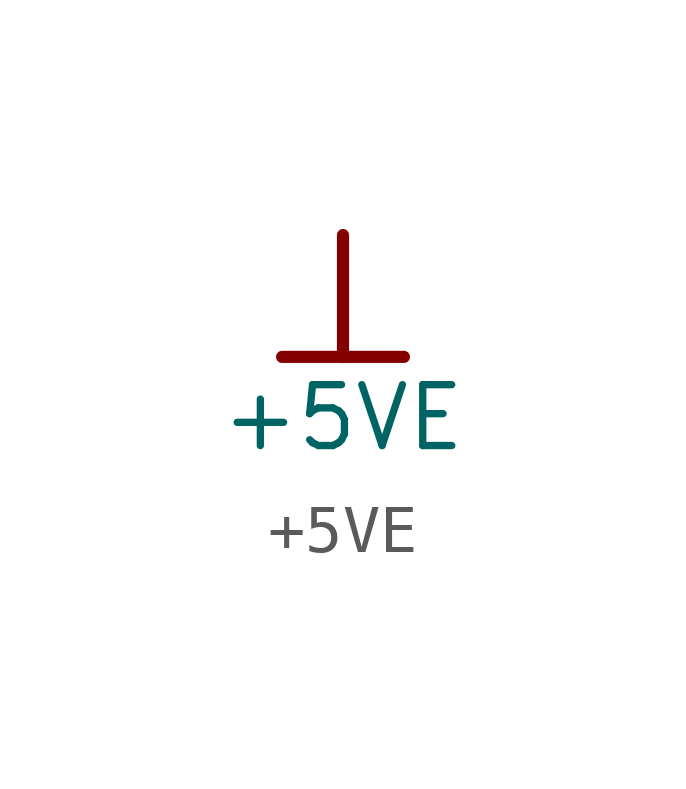
<source format=kicad_sym>
(kicad_symbol_lib
  (version 20220914)
  (generator kicad_symbol_editor)
  (symbol "+5VE"
    (power)
    (property "Reference" "#PWR0113"
      (at 0 0 0)
      (effects (font (size 1.27 1.27)) hide))
    (property "Value" "+5VE"
      (at 0 -3.81 0)
      (effects (font (size 1.27 1.27))))
    (symbol "+5VE_0_0"
      (polyline (pts (xy -1.27 -2.54) (xy 1.27 -2.54)) (stroke (width 0.254) (type solid)) (fill (type none)))
      (polyline (pts (xy 0 0) (xy 0 -2.54)) (stroke (width 0.254) (type solid)) (fill (type none)))
      (pin power_in line (at 0 0 0) (length 0) hide (name "+5VE" (effects (font (size 1.27 1.27)))) (number "" (effects (font (size 1.27 1.27))))))))
</source>
